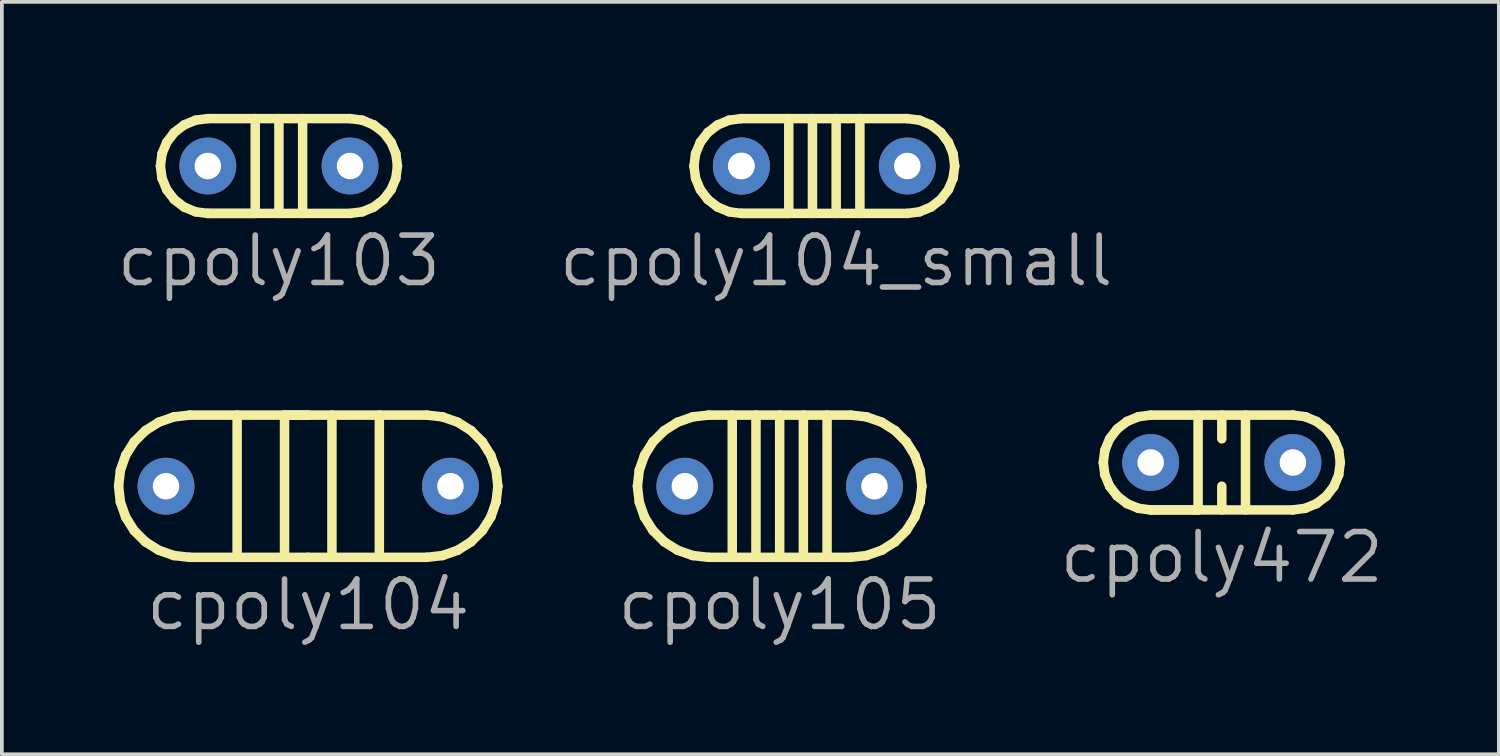
<source format=kicad_pcb>
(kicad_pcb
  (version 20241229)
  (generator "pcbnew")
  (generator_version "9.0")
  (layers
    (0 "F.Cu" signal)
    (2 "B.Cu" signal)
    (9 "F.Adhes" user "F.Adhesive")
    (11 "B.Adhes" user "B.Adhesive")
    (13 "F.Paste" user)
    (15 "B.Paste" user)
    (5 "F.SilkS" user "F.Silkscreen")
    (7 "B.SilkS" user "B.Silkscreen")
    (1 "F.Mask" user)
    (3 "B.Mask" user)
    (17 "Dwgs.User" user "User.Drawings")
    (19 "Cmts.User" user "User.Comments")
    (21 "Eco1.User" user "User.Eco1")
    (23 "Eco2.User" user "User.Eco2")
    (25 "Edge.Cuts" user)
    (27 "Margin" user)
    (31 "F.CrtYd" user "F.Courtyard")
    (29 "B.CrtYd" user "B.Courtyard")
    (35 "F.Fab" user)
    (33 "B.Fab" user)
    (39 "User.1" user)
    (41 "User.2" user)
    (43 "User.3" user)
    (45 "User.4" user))
  (footprint "cpoly472"
    (layer "F.Cu")
    (at 27.775 9.34)
    (property "Reference" "cpoly472" (at 1.905 2.54 0) (layer "F.Fab") (effects (font (size 1.27 1.27) (thickness 0.15))))
    (attr through_hole)
    (fp_line (start -1.27 0) (end -1.227 -0.329) (stroke (width 0.254) (type default)) (layer "F.SilkS"))
    (fp_line (start -1.227 -0.329) (end -1.1 -0.635) (stroke (width 0.254) (type default)) (layer "F.SilkS"))
    (fp_line (start -1.227 0.329) (end -1.27 0) (stroke (width 0.254) (type default)) (layer "F.SilkS"))
    (fp_line (start -1.1 -0.635) (end -0.898 -0.898) (stroke (width 0.254) (type default)) (layer "F.SilkS"))
    (fp_line (start -1.1 0.635) (end -1.227 0.329) (stroke (width 0.254) (type default)) (layer "F.SilkS"))
    (fp_line (start -0.898 -0.898) (end -0.635 -1.1) (stroke (width 0.254) (type default)) (layer "F.SilkS"))
    (fp_line (start -0.898 0.898) (end -1.1 0.635) (stroke (width 0.254) (type default)) (layer "F.SilkS"))
    (fp_line (start -0.635 -1.1) (end -0.329 -1.227) (stroke (width 0.254) (type default)) (layer "F.SilkS"))
    (fp_line (start -0.635 1.1) (end -0.898 0.898) (stroke (width 0.254) (type default)) (layer "F.SilkS"))
    (fp_line (start -0.329 -1.227) (end 0 -1.27) (stroke (width 0.254) (type default)) (layer "F.SilkS"))
    (fp_line (start -0.329 1.227) (end -0.635 1.1) (stroke (width 0.254) (type default)) (layer "F.SilkS"))
    (fp_line (start 0 -1.27) (end 3.81 -1.27) (stroke (width 0.254) (type default)) (layer "F.SilkS"))
    (fp_line (start 0 1.27) (end -0.329 1.227) (stroke (width 0.254) (type default)) (layer "F.SilkS"))
    (fp_line (start 1.27 -1.27) (end 1.27 1.27) (stroke (width 0.254) (type default)) (layer "F.SilkS"))
    (fp_line (start 1.27 1.27) (end 0 1.27) (stroke (width 0.254) (type default)) (layer "F.SilkS"))
    (fp_line (start 1.905 -0.635) (end 1.905 -1.27) (stroke (width 0.254) (type default)) (layer "F.SilkS"))
    (fp_line (start 1.905 1.27) (end 1.905 0.635) (stroke (width 0.254) (type default)) (layer "F.SilkS"))
    (fp_line (start 2.54 -1.27) (end 2.54 1.27) (stroke (width 0.254) (type default)) (layer "F.SilkS"))
    (fp_line (start 3.81 -1.27) (end 4.139 -1.227) (stroke (width 0.254) (type default)) (layer "F.SilkS"))
    (fp_line (start 3.81 1.27) (end 0 1.27) (stroke (width 0.254) (type default)) (layer "F.SilkS"))
    (fp_line (start 4.139 -1.227) (end 4.445 -1.1) (stroke (width 0.254) (type default)) (layer "F.SilkS"))
    (fp_line (start 4.139 1.227) (end 3.81 1.27) (stroke (width 0.254) (type default)) (layer "F.SilkS"))
    (fp_line (start 4.445 -1.1) (end 4.708 -0.898) (stroke (width 0.254) (type default)) (layer "F.SilkS"))
    (fp_line (start 4.445 1.1) (end 4.139 1.227) (stroke (width 0.254) (type default)) (layer "F.SilkS"))
    (fp_line (start 4.708 -0.898) (end 4.91 -0.635) (stroke (width 0.254) (type default)) (layer "F.SilkS"))
    (fp_line (start 4.708 0.898) (end 4.445 1.1) (stroke (width 0.254) (type default)) (layer "F.SilkS"))
    (fp_line (start 4.91 -0.635) (end 5.037 -0.329) (stroke (width 0.254) (type default)) (layer "F.SilkS"))
    (fp_line (start 4.91 0.635) (end 4.708 0.898) (stroke (width 0.254) (type default)) (layer "F.SilkS"))
    (fp_line (start 5.037 -0.329) (end 5.08 0) (stroke (width 0.254) (type default)) (layer "F.SilkS"))
    (fp_line (start 5.037 0.329) (end 4.91 0.635) (stroke (width 0.254) (type default)) (layer "F.SilkS"))
    (fp_line (start 5.08 0) (end 5.037 0.329) (stroke (width 0.254) (type default)) (layer "F.SilkS"))
    (pad "1" thru_hole circle (at 3.81 0) (size 1.524 1.524) (drill 0.711) (layers "*.Cu" "*.Mask"))
    (pad "2" thru_hole circle (at 0 0) (size 1.524 1.524) (drill 0.711) (layers "*.Cu" "*.Mask")))
  (footprint "cpoly104_small"
    (layer "F.Cu")
    (at 16.81 1.397)
    (property "Reference" "cpoly104_small" (at 2.54 2.54 180) (layer "F.Fab") (effects (font (size 1.27 1.27) (thickness 0.15))))
    (attr through_hole)
    (fp_line (start -1.27 0) (end -1.227 -0.329) (stroke (width 0.254) (type default)) (layer "F.SilkS"))
    (fp_line (start -1.227 -0.329) (end -1.1 -0.635) (stroke (width 0.254) (type default)) (layer "F.SilkS"))
    (fp_line (start -1.227 0.329) (end -1.27 0) (stroke (width 0.254) (type default)) (layer "F.SilkS"))
    (fp_line (start -1.1 -0.635) (end -0.898 -0.898) (stroke (width 0.254) (type default)) (layer "F.SilkS"))
    (fp_line (start -1.1 0.635) (end -1.227 0.329) (stroke (width 0.254) (type default)) (layer "F.SilkS"))
    (fp_line (start -0.898 -0.898) (end -0.635 -1.1) (stroke (width 0.254) (type default)) (layer "F.SilkS"))
    (fp_line (start -0.898 0.898) (end -1.1 0.635) (stroke (width 0.254) (type default)) (layer "F.SilkS"))
    (fp_line (start -0.635 -1.1) (end -0.329 -1.227) (stroke (width 0.254) (type default)) (layer "F.SilkS"))
    (fp_line (start -0.635 1.1) (end -0.898 0.898) (stroke (width 0.254) (type default)) (layer "F.SilkS"))
    (fp_line (start -0.329 -1.227) (end 0 -1.27) (stroke (width 0.254) (type default)) (layer "F.SilkS"))
    (fp_line (start -0.329 1.227) (end -0.635 1.1) (stroke (width 0.254) (type default)) (layer "F.SilkS"))
    (fp_line (start 0 -1.27) (end 4.445 -1.27) (stroke (width 0.254) (type default)) (layer "F.SilkS"))
    (fp_line (start 0 1.27) (end -0.329 1.227) (stroke (width 0.254) (type default)) (layer "F.SilkS"))
    (fp_line (start 1.27 -1.27) (end 1.27 1.27) (stroke (width 0.254) (type default)) (layer "F.SilkS"))
    (fp_line (start 1.27 1.27) (end 0 1.27) (stroke (width 0.254) (type default)) (layer "F.SilkS"))
    (fp_line (start 1.905 1.27) (end 1.905 -1.27) (stroke (width 0.254) (type default)) (layer "F.SilkS"))
    (fp_line (start 2.54 -1.27) (end 2.54 1.27) (stroke (width 0.254) (type default)) (layer "F.SilkS"))
    (fp_line (start 3.175 -1.27) (end 3.175 1.27) (stroke (width 0.254) (type default)) (layer "F.SilkS"))
    (fp_line (start 4.445 -1.27) (end 4.774 -1.227) (stroke (width 0.254) (type default)) (layer "F.SilkS"))
    (fp_line (start 4.445 1.27) (end 0 1.27) (stroke (width 0.254) (type default)) (layer "F.SilkS"))
    (fp_line (start 4.774 -1.227) (end 5.08 -1.1) (stroke (width 0.254) (type default)) (layer "F.SilkS"))
    (fp_line (start 4.774 1.227) (end 4.445 1.27) (stroke (width 0.254) (type default)) (layer "F.SilkS"))
    (fp_line (start 5.08 -1.1) (end 5.343 -0.898) (stroke (width 0.254) (type default)) (layer "F.SilkS"))
    (fp_line (start 5.08 1.1) (end 4.774 1.227) (stroke (width 0.254) (type default)) (layer "F.SilkS"))
    (fp_line (start 5.343 -0.898) (end 5.545 -0.635) (stroke (width 0.254) (type default)) (layer "F.SilkS"))
    (fp_line (start 5.343 0.898) (end 5.08 1.1) (stroke (width 0.254) (type default)) (layer "F.SilkS"))
    (fp_line (start 5.545 -0.635) (end 5.672 -0.329) (stroke (width 0.254) (type default)) (layer "F.SilkS"))
    (fp_line (start 5.545 0.635) (end 5.343 0.898) (stroke (width 0.254) (type default)) (layer "F.SilkS"))
    (fp_line (start 5.672 -0.329) (end 5.715 0) (stroke (width 0.254) (type default)) (layer "F.SilkS"))
    (fp_line (start 5.672 0.329) (end 5.545 0.635) (stroke (width 0.254) (type default)) (layer "F.SilkS"))
    (fp_line (start 5.715 0) (end 5.672 0.329) (stroke (width 0.254) (type default)) (layer "F.SilkS"))
    (pad "1" thru_hole circle (at 4.445 0) (size 1.524 1.524) (drill 0.711) (layers "*.Cu" "*.Mask"))
    (pad "2" thru_hole circle (at 0 0) (size 1.524 1.524) (drill 0.711) (layers "*.Cu" "*.Mask"))
    (pad "2" thru_hole circle (at 0 0) (size 1.524 1.524) (drill 0.711) (layers "*.Cu" "*.Mask")))
  (footprint "cpoly103"
    (layer "F.Cu")
    (at 2.517 1.397)
    (property "Reference" "cpoly103" (at 1.905 2.54 0) (layer "F.Fab") (effects (font (size 1.27 1.27) (thickness 0.15))))
    (attr through_hole)
    (fp_line (start -1.27 0) (end -1.227 -0.329) (stroke (width 0.254) (type default)) (layer "F.SilkS"))
    (fp_line (start -1.227 -0.329) (end -1.1 -0.635) (stroke (width 0.254) (type default)) (layer "F.SilkS"))
    (fp_line (start -1.227 0.329) (end -1.27 0) (stroke (width 0.254) (type default)) (layer "F.SilkS"))
    (fp_line (start -1.1 -0.635) (end -0.898 -0.898) (stroke (width 0.254) (type default)) (layer "F.SilkS"))
    (fp_line (start -1.1 0.635) (end -1.227 0.329) (stroke (width 0.254) (type default)) (layer "F.SilkS"))
    (fp_line (start -0.898 -0.898) (end -0.635 -1.1) (stroke (width 0.254) (type default)) (layer "F.SilkS"))
    (fp_line (start -0.898 0.898) (end -1.1 0.635) (stroke (width 0.254) (type default)) (layer "F.SilkS"))
    (fp_line (start -0.635 -1.1) (end -0.329 -1.227) (stroke (width 0.254) (type default)) (layer "F.SilkS"))
    (fp_line (start -0.635 1.1) (end -0.898 0.898) (stroke (width 0.254) (type default)) (layer "F.SilkS"))
    (fp_line (start -0.329 -1.227) (end 0 -1.27) (stroke (width 0.254) (type default)) (layer "F.SilkS"))
    (fp_line (start -0.329 1.227) (end -0.635 1.1) (stroke (width 0.254) (type default)) (layer "F.SilkS"))
    (fp_line (start 0 -1.27) (end 3.81 -1.27) (stroke (width 0.254) (type default)) (layer "F.SilkS"))
    (fp_line (start 0 1.27) (end -0.329 1.227) (stroke (width 0.254) (type default)) (layer "F.SilkS"))
    (fp_line (start 1.27 -1.27) (end 1.27 1.27) (stroke (width 0.254) (type default)) (layer "F.SilkS"))
    (fp_line (start 1.27 1.27) (end 0 1.27) (stroke (width 0.254) (type default)) (layer "F.SilkS"))
    (fp_line (start 1.905 1.27) (end 1.905 -1.27) (stroke (width 0.254) (type default)) (layer "F.SilkS"))
    (fp_line (start 2.54 -1.27) (end 2.54 1.27) (stroke (width 0.254) (type default)) (layer "F.SilkS"))
    (fp_line (start 3.81 -1.27) (end 4.139 -1.227) (stroke (width 0.254) (type default)) (layer "F.SilkS"))
    (fp_line (start 3.81 1.27) (end 0 1.27) (stroke (width 0.254) (type default)) (layer "F.SilkS"))
    (fp_line (start 4.139 -1.227) (end 4.445 -1.1) (stroke (width 0.254) (type default)) (layer "F.SilkS"))
    (fp_line (start 4.139 1.227) (end 3.81 1.27) (stroke (width 0.254) (type default)) (layer "F.SilkS"))
    (fp_line (start 4.445 -1.1) (end 4.708 -0.898) (stroke (width 0.254) (type default)) (layer "F.SilkS"))
    (fp_line (start 4.445 1.1) (end 4.139 1.227) (stroke (width 0.254) (type default)) (layer "F.SilkS"))
    (fp_line (start 4.708 -0.898) (end 4.91 -0.635) (stroke (width 0.254) (type default)) (layer "F.SilkS"))
    (fp_line (start 4.708 0.898) (end 4.445 1.1) (stroke (width 0.254) (type default)) (layer "F.SilkS"))
    (fp_line (start 4.91 -0.635) (end 5.037 -0.329) (stroke (width 0.254) (type default)) (layer "F.SilkS"))
    (fp_line (start 4.91 0.635) (end 4.708 0.898) (stroke (width 0.254) (type default)) (layer "F.SilkS"))
    (fp_line (start 5.037 -0.329) (end 5.08 0) (stroke (width 0.254) (type default)) (layer "F.SilkS"))
    (fp_line (start 5.037 0.329) (end 4.91 0.635) (stroke (width 0.254) (type default)) (layer "F.SilkS"))
    (fp_line (start 5.08 0) (end 5.037 0.329) (stroke (width 0.254) (type default)) (layer "F.SilkS"))
    (pad "1" thru_hole circle (at 3.81 0) (size 1.524 1.524) (drill 0.711) (layers "*.Cu" "*.Mask"))
    (pad "2" thru_hole circle (at 0 0) (size 1.524 1.524) (drill 0.711) (layers "*.Cu" "*.Mask")))
  (footprint "cpoly104"
    (layer "F.Cu")
    (at 1.397 9.975)
    (property "Reference" "cpoly104" (at 3.81 3.175 0) (layer "F.Fab") (effects (font (size 1.27 1.27) (thickness 0.15))))
    (attr through_hole)
    (fp_line (start -1.27 0) (end -1.222 -0.424) (stroke (width 0.254) (type default)) (layer "F.SilkS"))
    (fp_line (start -1.222 -0.424) (end -1.081 -0.827) (stroke (width 0.254) (type default)) (layer "F.SilkS"))
    (fp_line (start -1.222 0.424) (end -1.27 0) (stroke (width 0.254) (type default)) (layer "F.SilkS"))
    (fp_line (start -1.081 -0.827) (end -0.854 -1.188) (stroke (width 0.254) (type default)) (layer "F.SilkS"))
    (fp_line (start -1.081 0.827) (end -1.222 0.424) (stroke (width 0.254) (type default)) (layer "F.SilkS"))
    (fp_line (start -0.854 -1.188) (end -0.553 -1.489) (stroke (width 0.254) (type default)) (layer "F.SilkS"))
    (fp_line (start -0.854 1.188) (end -1.081 0.827) (stroke (width 0.254) (type default)) (layer "F.SilkS"))
    (fp_line (start -0.553 -1.489) (end -0.192 -1.716) (stroke (width 0.254) (type default)) (layer "F.SilkS"))
    (fp_line (start -0.553 1.489) (end -0.854 1.188) (stroke (width 0.254) (type default)) (layer "F.SilkS"))
    (fp_line (start -0.192 -1.716) (end 0.211 -1.857) (stroke (width 0.254) (type default)) (layer "F.SilkS"))
    (fp_line (start -0.192 1.716) (end -0.553 1.489) (stroke (width 0.254) (type default)) (layer "F.SilkS"))
    (fp_line (start 0.211 -1.857) (end 0.635 -1.905) (stroke (width 0.254) (type default)) (layer "F.SilkS"))
    (fp_line (start 0.211 1.857) (end -0.192 1.716) (stroke (width 0.254) (type default)) (layer "F.SilkS"))
    (fp_line (start 0.635 -1.905) (end 6.985 -1.905) (stroke (width 0.254) (type default)) (layer "F.SilkS"))
    (fp_line (start 0.635 1.905) (end 0.211 1.857) (stroke (width 0.254) (type default)) (layer "F.SilkS"))
    (fp_line (start 1.905 -1.905) (end 1.905 1.905) (stroke (width 0.254) (type default)) (layer "F.SilkS"))
    (fp_line (start 3.175 -1.905) (end 3.175 1.905) (stroke (width 0.254) (type default)) (layer "F.SilkS"))
    (fp_line (start 3.81 -1.905) (end 3.175 -1.905) (stroke (width 0.254) (type default)) (layer "F.SilkS"))
    (fp_line (start 3.81 1.905) (end 0.635 1.905) (stroke (width 0.254) (type default)) (layer "F.SilkS"))
    (fp_line (start 4.445 -1.905) (end 4.445 1.905) (stroke (width 0.254) (type default)) (layer "F.SilkS"))
    (fp_line (start 5.715 -1.905) (end 5.715 1.905) (stroke (width 0.254) (type default)) (layer "F.SilkS"))
    (fp_line (start 6.985 -1.905) (end 7.409 -1.857) (stroke (width 0.254) (type default)) (layer "F.SilkS"))
    (fp_line (start 6.985 1.905) (end 3.81 1.905) (stroke (width 0.254) (type default)) (layer "F.SilkS"))
    (fp_line (start 7.409 -1.857) (end 7.812 -1.716) (stroke (width 0.254) (type default)) (layer "F.SilkS"))
    (fp_line (start 7.409 1.857) (end 6.985 1.905) (stroke (width 0.254) (type default)) (layer "F.SilkS"))
    (fp_line (start 7.812 -1.716) (end 8.173 -1.489) (stroke (width 0.254) (type default)) (layer "F.SilkS"))
    (fp_line (start 7.812 1.716) (end 7.409 1.857) (stroke (width 0.254) (type default)) (layer "F.SilkS"))
    (fp_line (start 8.173 -1.489) (end 8.474 -1.188) (stroke (width 0.254) (type default)) (layer "F.SilkS"))
    (fp_line (start 8.173 1.489) (end 7.812 1.716) (stroke (width 0.254) (type default)) (layer "F.SilkS"))
    (fp_line (start 8.474 -1.188) (end 8.701 -0.827) (stroke (width 0.254) (type default)) (layer "F.SilkS"))
    (fp_line (start 8.474 1.188) (end 8.173 1.489) (stroke (width 0.254) (type default)) (layer "F.SilkS"))
    (fp_line (start 8.701 -0.827) (end 8.842 -0.424) (stroke (width 0.254) (type default)) (layer "F.SilkS"))
    (fp_line (start 8.701 0.827) (end 8.474 1.188) (stroke (width 0.254) (type default)) (layer "F.SilkS"))
    (fp_line (start 8.842 -0.424) (end 8.89 0) (stroke (width 0.254) (type default)) (layer "F.SilkS"))
    (fp_line (start 8.842 0.424) (end 8.701 0.827) (stroke (width 0.254) (type default)) (layer "F.SilkS"))
    (fp_line (start 8.89 0) (end 8.842 0.424) (stroke (width 0.254) (type default)) (layer "F.SilkS"))
    (pad "1" thru_hole circle (at 7.62 0) (size 1.524 1.524) (drill 0.711) (layers "*.Cu" "*.Mask"))
    (pad "2" thru_hole circle (at 0 0) (size 1.524 1.524) (drill 0.711) (layers "*.Cu" "*.Mask")))
  (footprint "cpoly105"
    (layer "F.Cu")
    (at 15.296 9.975)
    (property "Reference" "cpoly105" (at 2.54 3.175 0) (layer "F.Fab") (effects (font (size 1.27 1.27) (thickness 0.15))))
    (attr through_hole)
    (fp_line (start -1.27 0) (end -1.222 -0.424) (stroke (width 0.254) (type default)) (layer "F.SilkS"))
    (fp_line (start -1.222 -0.424) (end -1.081 -0.827) (stroke (width 0.254) (type default)) (layer "F.SilkS"))
    (fp_line (start -1.222 0.424) (end -1.27 0) (stroke (width 0.254) (type default)) (layer "F.SilkS"))
    (fp_line (start -1.081 -0.827) (end -0.854 -1.188) (stroke (width 0.254) (type default)) (layer "F.SilkS"))
    (fp_line (start -1.081 0.827) (end -1.222 0.424) (stroke (width 0.254) (type default)) (layer "F.SilkS"))
    (fp_line (start -0.854 -1.188) (end -0.553 -1.489) (stroke (width 0.254) (type default)) (layer "F.SilkS"))
    (fp_line (start -0.854 1.188) (end -1.081 0.827) (stroke (width 0.254) (type default)) (layer "F.SilkS"))
    (fp_line (start -0.553 -1.489) (end -0.192 -1.716) (stroke (width 0.254) (type default)) (layer "F.SilkS"))
    (fp_line (start -0.553 1.489) (end -0.854 1.188) (stroke (width 0.254) (type default)) (layer "F.SilkS"))
    (fp_line (start -0.192 -1.716) (end 0.211 -1.857) (stroke (width 0.254) (type default)) (layer "F.SilkS"))
    (fp_line (start -0.192 1.716) (end -0.553 1.489) (stroke (width 0.254) (type default)) (layer "F.SilkS"))
    (fp_line (start 0.211 -1.857) (end 0.635 -1.905) (stroke (width 0.254) (type default)) (layer "F.SilkS"))
    (fp_line (start 0.211 1.857) (end -0.192 1.716) (stroke (width 0.254) (type default)) (layer "F.SilkS"))
    (fp_line (start 0.635 1.905) (end 0.211 1.857) (stroke (width 0.254) (type default)) (layer "F.SilkS"))
    (fp_line (start 1.27 -1.905) (end 1.27 1.905) (stroke (width 0.254) (type default)) (layer "F.SilkS"))
    (fp_line (start 1.905 -1.905) (end 1.905 1.905) (stroke (width 0.254) (type default)) (layer "F.SilkS"))
    (fp_line (start 2.54 -1.905) (end 2.54 1.905) (stroke (width 0.254) (type default)) (layer "F.SilkS"))
    (fp_line (start 3.175 -1.905) (end 3.175 1.905) (stroke (width 0.254) (type default)) (layer "F.SilkS"))
    (fp_line (start 3.81 -1.905) (end 3.81 1.905) (stroke (width 0.254) (type default)) (layer "F.SilkS"))
    (fp_line (start 4.445 -1.905) (end 0.635 -1.905) (stroke (width 0.254) (type default)) (layer "F.SilkS"))
    (fp_line (start 4.445 -1.905) (end 4.869 -1.857) (stroke (width 0.254) (type default)) (layer "F.SilkS"))
    (fp_line (start 4.445 1.905) (end 0.635 1.905) (stroke (width 0.254) (type default)) (layer "F.SilkS"))
    (fp_line (start 4.869 -1.857) (end 5.272 -1.716) (stroke (width 0.254) (type default)) (layer "F.SilkS"))
    (fp_line (start 4.869 1.857) (end 4.445 1.905) (stroke (width 0.254) (type default)) (layer "F.SilkS"))
    (fp_line (start 5.272 -1.716) (end 5.633 -1.489) (stroke (width 0.254) (type default)) (layer "F.SilkS"))
    (fp_line (start 5.272 1.716) (end 4.869 1.857) (stroke (width 0.254) (type default)) (layer "F.SilkS"))
    (fp_line (start 5.633 -1.489) (end 5.934 -1.188) (stroke (width 0.254) (type default)) (layer "F.SilkS"))
    (fp_line (start 5.633 1.489) (end 5.272 1.716) (stroke (width 0.254) (type default)) (layer "F.SilkS"))
    (fp_line (start 5.934 -1.188) (end 6.161 -0.827) (stroke (width 0.254) (type default)) (layer "F.SilkS"))
    (fp_line (start 5.934 1.188) (end 5.633 1.489) (stroke (width 0.254) (type default)) (layer "F.SilkS"))
    (fp_line (start 6.161 -0.827) (end 6.302 -0.424) (stroke (width 0.254) (type default)) (layer "F.SilkS"))
    (fp_line (start 6.161 0.827) (end 5.934 1.188) (stroke (width 0.254) (type default)) (layer "F.SilkS"))
    (fp_line (start 6.302 -0.424) (end 6.35 0) (stroke (width 0.254) (type default)) (layer "F.SilkS"))
    (fp_line (start 6.302 0.424) (end 6.161 0.827) (stroke (width 0.254) (type default)) (layer "F.SilkS"))
    (fp_line (start 6.35 0) (end 6.302 0.424) (stroke (width 0.254) (type default)) (layer "F.SilkS"))
    (pad "1" thru_hole circle (at 5.08 0) (size 1.524 1.524) (drill 0.711) (layers "*.Cu" "*.Mask"))
    (pad "2" thru_hole circle (at 0 0) (size 1.524 1.524) (drill 0.711) (layers "*.Cu" "*.Mask")))
  (gr_rect
    (start -3 -3)
    (end 37.102 17.156)
    (stroke (width 0.1) (type default))
    (fill no)
    (layer "Edge.Cuts")))
</source>
